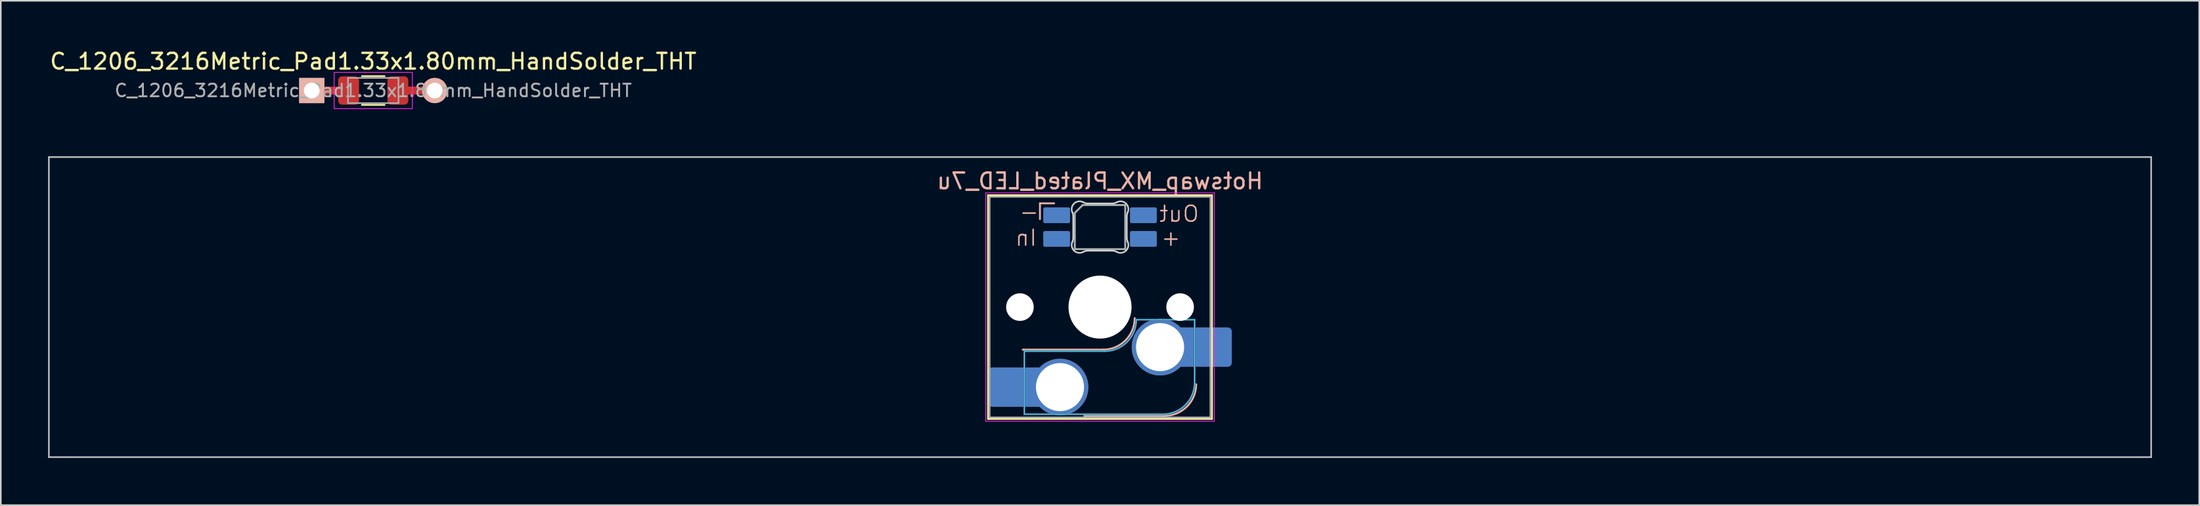
<source format=kicad_pcb>
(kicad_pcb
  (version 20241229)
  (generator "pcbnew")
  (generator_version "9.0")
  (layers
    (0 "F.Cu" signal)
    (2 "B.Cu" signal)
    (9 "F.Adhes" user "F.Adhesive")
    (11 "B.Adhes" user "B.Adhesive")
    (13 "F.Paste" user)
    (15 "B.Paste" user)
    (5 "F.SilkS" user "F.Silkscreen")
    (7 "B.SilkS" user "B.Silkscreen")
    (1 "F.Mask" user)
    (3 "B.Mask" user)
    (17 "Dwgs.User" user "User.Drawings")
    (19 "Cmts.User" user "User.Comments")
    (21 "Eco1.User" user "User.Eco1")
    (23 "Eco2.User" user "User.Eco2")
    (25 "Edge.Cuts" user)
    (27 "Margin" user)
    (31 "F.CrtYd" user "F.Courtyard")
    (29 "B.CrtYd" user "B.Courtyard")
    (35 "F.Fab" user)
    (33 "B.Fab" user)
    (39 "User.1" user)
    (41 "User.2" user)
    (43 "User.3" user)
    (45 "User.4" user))
  (footprint "C_1206_3216Metric_Pad1.33x1.80mm_HandSolder_THT"
    (layer "F.Cu")
    (at 20.625 2.698)
    (property "Reference" "C_1206_3216Metric_Pad1.33x1.80mm_HandSolder_THT" (at 0 -1.85 0) (layer "F.SilkS") (effects (font (size 1 1) (thickness 0.15))))
    (attr smd)
    (fp_line (start -0.711 -0.91) (end 0.711 -0.91) (stroke (width 0.12) (type solid)) (layer "F.SilkS"))
    (fp_line (start -0.711 0.91) (end 0.711 0.91) (stroke (width 0.12) (type solid)) (layer "F.SilkS"))
    (fp_line (start -2.48 -1.15) (end 2.48 -1.15) (stroke (width 0.05) (type solid)) (layer "F.CrtYd"))
    (fp_line (start -2.48 1.15) (end -2.48 -1.15) (stroke (width 0.05) (type solid)) (layer "F.CrtYd"))
    (fp_line (start 2.48 -1.15) (end 2.48 1.15) (stroke (width 0.05) (type solid)) (layer "F.CrtYd"))
    (fp_line (start 2.48 1.15) (end -2.48 1.15) (stroke (width 0.05) (type solid)) (layer "F.CrtYd"))
    (fp_line (start -1.6 -0.8) (end 1.6 -0.8) (stroke (width 0.1) (type solid)) (layer "F.Fab"))
    (fp_line (start -1.6 0.8) (end -1.6 -0.8) (stroke (width 0.1) (type solid)) (layer "F.Fab"))
    (fp_line (start 1.6 -0.8) (end 1.6 0.8) (stroke (width 0.1) (type solid)) (layer "F.Fab"))
    (fp_line (start 1.6 0.8) (end -1.6 0.8) (stroke (width 0.1) (type solid)) (layer "F.Fab"))
    (fp_text user "${REFERENCE}" (at 0 0 0) (layer "F.Fab") (effects (font (size 0.8 0.8) (thickness 0.12))))
    (pad "1" thru_hole rect (at -3.9 0) (size 1.6 1.6) (drill 1) (layers "*.Cu" "*.Mask" "B.SilkS"))
    (pad "1" smd rect (at -2.5 0) (size 2.9 0.5) (layers "F.Cu"))
    (pad "1" smd roundrect (at -1.562 0) (size 1.325 1.8) (layers "F.Cu" "F.Mask" "F.Paste") (roundrect_rratio 0.189))
    (pad "2" smd roundrect (at 1.562 0) (size 1.325 1.8) (layers "F.Cu" "F.Mask" "F.Paste") (roundrect_rratio 0.189))
    (pad "2" smd rect (at 2.5 0) (size 2.9 0.5) (layers "F.Cu"))
    (pad "2" thru_hole circle (at 3.9 0) (size 1.6 1.6) (drill 1) (layers "*.Cu" "*.Mask" "B.SilkS")))
  (footprint "Hotswap_MX_Plated_LED_7u"
    (layer "F.Cu")
    (at 66.725 16.448)
    (property "Reference" "Hotswap_MX_Plated_LED_7u" (at 0 -8.001 0) (layer "B.SilkS") (effects (font (size 1 1) (thickness 0.15)) (justify mirror)))
    (fp_line (start -7.1 -7.1) (end -7.1 7.1) (stroke (width 0.12) (type solid)) (layer "F.SilkS"))
    (fp_line (start -7.1 7.1) (end 7.1 7.1) (stroke (width 0.12) (type solid)) (layer "F.SilkS"))
    (fp_line (start 7.1 -7.1) (end -7.1 -7.1) (stroke (width 0.12) (type solid)) (layer "F.SilkS"))
    (fp_line (start 7.1 7.1) (end 7.1 -7.1) (stroke (width 0.12) (type solid)) (layer "F.SilkS"))
    (fp_line (start -3.81 -6.588) (end -2.91 -6.588) (stroke (width 0.12) (type solid)) (layer "B.SilkS"))
    (fp_line (start -3.81 -5.588) (end -3.81 -6.588) (stroke (width 0.12) (type solid)) (layer "B.SilkS"))
    (fp_line (start 0.2 2.7) (end -4.9 2.7) (stroke (width 0.12) (type solid)) (layer "B.SilkS"))
    (fp_line (start 4.1 6.9) (end -1 6.9) (stroke (width 0.12) (type solid)) (layer "B.SilkS"))
    (fp_arc (start 2.2 0.7) (mid 1.614214 2.114214) (end 0.2 2.7) (stroke (width 0.12) (type solid)) (layer "B.SilkS"))
    (fp_arc (start 6.1 4.9) (mid 5.514214 6.314214) (end 4.1 6.9) (stroke (width 0.12) (type solid)) (layer "B.SilkS"))
    (fp_line (start -66.675 -9.525) (end -66.675 9.525) (stroke (width 0.1) (type solid)) (layer "Dwgs.User"))
    (fp_line (start -66.675 9.525) (end 66.675 9.525) (stroke (width 0.1) (type solid)) (layer "Dwgs.User"))
    (fp_line (start 66.675 -9.525) (end -66.675 -9.525) (stroke (width 0.1) (type solid)) (layer "Dwgs.User"))
    (fp_line (start 66.675 9.525) (end 66.675 -9.525) (stroke (width 0.1) (type solid)) (layer "Dwgs.User"))
    (fp_line (start -0.25 -0.25) (end 0 0) (stroke (width 0.12) (type solid)) (layer "Cmts.User"))
    (fp_line (start 0 0) (end -0.25 0.25) (stroke (width 0.12) (type solid)) (layer "Cmts.User"))
    (fp_line (start 0 0) (end 0.25 0.25) (stroke (width 0.12) (type solid)) (layer "Cmts.User"))
    (fp_line (start 0.25 -0.25) (end 0 0) (stroke (width 0.12) (type solid)) (layer "Cmts.User"))
    (fp_line (start -7.8 -6) (end -7 -6) (stroke (width 0.1) (type solid)) (layer "Eco1.User"))
    (fp_line (start -7.8 -2.9) (end -7.8 -6) (stroke (width 0.1) (type solid)) (layer "Eco1.User"))
    (fp_line (start -7.8 2.9) (end -7 2.9) (stroke (width 0.1) (type solid)) (layer "Eco1.User"))
    (fp_line (start -7.8 6) (end -7.8 2.9) (stroke (width 0.1) (type solid)) (layer "Eco1.User"))
    (fp_line (start -7 -7) (end 7 -7) (stroke (width 0.1) (type solid)) (layer "Eco1.User"))
    (fp_line (start -7 -6) (end -7 -7) (stroke (width 0.1) (type solid)) (layer "Eco1.User"))
    (fp_line (start -7 -2.9) (end -7.8 -2.9) (stroke (width 0.1) (type solid)) (layer "Eco1.User"))
    (fp_line (start -7 2.9) (end -7 -2.9) (stroke (width 0.1) (type solid)) (layer "Eco1.User"))
    (fp_line (start -7 6) (end -7.8 6) (stroke (width 0.1) (type solid)) (layer "Eco1.User"))
    (fp_line (start -7 7) (end -7 6) (stroke (width 0.1) (type solid)) (layer "Eco1.User"))
    (fp_line (start 7 -7) (end 7 -6) (stroke (width 0.1) (type solid)) (layer "Eco1.User"))
    (fp_line (start 7 -6) (end 7.8 -6) (stroke (width 0.1) (type solid)) (layer "Eco1.User"))
    (fp_line (start 7 -2.9) (end 7 2.9) (stroke (width 0.1) (type solid)) (layer "Eco1.User"))
    (fp_line (start 7 2.9) (end 7.8 2.9) (stroke (width 0.1) (type solid)) (layer "Eco1.User"))
    (fp_line (start 7 6) (end 7 7) (stroke (width 0.1) (type solid)) (layer "Eco1.User"))
    (fp_line (start 7 7) (end -7 7) (stroke (width 0.1) (type solid)) (layer "Eco1.User"))
    (fp_line (start 7.8 -6) (end 7.8 -2.9) (stroke (width 0.1) (type solid)) (layer "Eco1.User"))
    (fp_line (start 7.8 -2.9) (end 7 -2.9) (stroke (width 0.1) (type solid)) (layer "Eco1.User"))
    (fp_line (start 7.8 2.9) (end 7.8 6) (stroke (width 0.1) (type solid)) (layer "Eco1.User"))
    (fp_line (start 7.8 6) (end 7 6) (stroke (width 0.1) (type solid)) (layer "Eco1.User"))
    (fp_line (start -1.7 -5.783) (end -1.7 -4.377) (stroke (width 0.1) (type solid)) (layer "Edge.Cuts"))
    (fp_line (start -0.794 -3.58) (end 0.794 -3.58) (stroke (width 0.1) (type solid)) (layer "Edge.Cuts"))
    (fp_line (start 0.794 -6.58) (end -0.794 -6.58) (stroke (width 0.1) (type solid)) (layer "Edge.Cuts"))
    (fp_line (start 1.7 -4.377) (end 1.7 -5.783) (stroke (width 0.1) (type solid)) (layer "Edge.Cuts"))
    (fp_arc (start -1.749484 -5.999721) (mid -1.712518 -5.894071) (end -1.699999 -5.782844) (stroke (width 0.1) (type solid)) (layer "Edge.Cuts"))
    (fp_arc (start -1.749484 -5.999721) (mid -1.638071 -6.584035) (end -1.046711 -6.648299) (stroke (width 0.1) (type solid)) (layer "Edge.Cuts"))
    (fp_arc (start -1.699999 -4.377159) (mid -1.712528 -4.265933) (end -1.749484 -4.160281) (stroke (width 0.1) (type solid)) (layer "Edge.Cuts"))
    (fp_arc (start -1.046711 -3.511702) (mid -1.638072 -3.575966) (end -1.749484 -4.160282) (stroke (width 0.1) (type solid)) (layer "Edge.Cuts"))
    (fp_arc (start -1.046711 -3.511702) (mid -0.925123 -3.562624) (end -0.794452 -3.580001) (stroke (width 0.1) (type solid)) (layer "Edge.Cuts"))
    (fp_arc (start -0.794453 -6.58) (mid -0.925123 -6.597377) (end -1.046711 -6.648299) (stroke (width 0.1) (type solid)) (layer "Edge.Cuts"))
    (fp_arc (start 0.794452 -3.580001) (mid 0.925122 -3.562624) (end 1.04671 -3.511702) (stroke (width 0.1) (type solid)) (layer "Edge.Cuts"))
    (fp_arc (start 1.046711 -6.6483) (mid 0.925123 -6.597378) (end 0.794453 -6.580001) (stroke (width 0.1) (type solid)) (layer "Edge.Cuts"))
    (fp_arc (start 1.046711 -6.6483) (mid 1.638072 -6.584036) (end 1.749484 -5.999721) (stroke (width 0.1) (type solid)) (layer "Edge.Cuts"))
    (fp_arc (start 1.699999 -5.782843) (mid 1.712528 -5.894069) (end 1.749484 -5.999721) (stroke (width 0.1) (type solid)) (layer "Edge.Cuts"))
    (fp_arc (start 1.749484 -4.160281) (mid 1.63807 -3.575967) (end 1.046711 -3.511704) (stroke (width 0.1) (type solid)) (layer "Edge.Cuts"))
    (fp_arc (start 1.749484 -4.160281) (mid 1.712519 -4.265931) (end 1.699999 -4.377158) (stroke (width 0.1) (type solid)) (layer "Edge.Cuts"))
    (fp_line (start -4.8 6.8) (end -4.8 2.8) (stroke (width 0.05) (type solid)) (layer "B.CrtYd"))
    (fp_line (start 0.3 2.8) (end -4.8 2.8) (stroke (width 0.05) (type solid)) (layer "B.CrtYd"))
    (fp_line (start 4 6.8) (end -4.8 6.8) (stroke (width 0.05) (type solid)) (layer "B.CrtYd"))
    (fp_line (start 6 0.8) (end 2.3 0.8) (stroke (width 0.05) (type solid)) (layer "B.CrtYd"))
    (fp_line (start 6 0.8) (end 6 4.8) (stroke (width 0.05) (type solid)) (layer "B.CrtYd"))
    (fp_arc (start 2.3 0.8) (mid 1.714214 2.214214) (end 0.3 2.8) (stroke (width 0.05) (type solid)) (layer "B.CrtYd"))
    (fp_arc (start 6 4.8) (mid 5.414214 6.214214) (end 4 6.8) (stroke (width 0.05) (type solid)) (layer "B.CrtYd"))
    (fp_line (start -7.25 -7.25) (end -7.25 7.25) (stroke (width 0.05) (type solid)) (layer "F.CrtYd"))
    (fp_line (start -7.25 7.25) (end 7.25 7.25) (stroke (width 0.05) (type solid)) (layer "F.CrtYd"))
    (fp_line (start 7.25 -7.25) (end -7.25 -7.25) (stroke (width 0.05) (type solid)) (layer "F.CrtYd"))
    (fp_line (start 7.25 7.25) (end 7.25 -7.25) (stroke (width 0.05) (type solid)) (layer "F.CrtYd"))
    (fp_line (start -4.8 6.8) (end -4.8 2.8) (stroke (width 0.12) (type solid)) (layer "B.Fab"))
    (fp_line (start 0.3 2.8) (end -4.8 2.8) (stroke (width 0.12) (type solid)) (layer "B.Fab"))
    (fp_line (start 4 6.8) (end -4.8 6.8) (stroke (width 0.12) (type solid)) (layer "B.Fab"))
    (fp_line (start 6 0.8) (end 2.3 0.8) (stroke (width 0.12) (type solid)) (layer "B.Fab"))
    (fp_line (start 6 0.8) (end 6 4.8) (stroke (width 0.12) (type solid)) (layer "B.Fab"))
    (fp_arc (start 2.3 0.8) (mid 1.714214 2.214214) (end 0.3 2.8) (stroke (width 0.12) (type solid)) (layer "B.Fab"))
    (fp_arc (start 6 4.8) (mid 5.414214 6.214214) (end 4 6.8) (stroke (width 0.12) (type solid)) (layer "B.Fab"))
    (fp_line (start -7 -7) (end -7 7) (stroke (width 0.1) (type solid)) (layer "F.Fab"))
    (fp_line (start -7 7) (end 7 7) (stroke (width 0.1) (type solid)) (layer "F.Fab"))
    (fp_line (start -1.6 -5.98) (end -1.6 -3.68) (stroke (width 0.12) (type solid)) (layer "F.Fab"))
    (fp_line (start -1.6 -5.98) (end -1.1 -6.48) (stroke (width 0.12) (type solid)) (layer "F.Fab"))
    (fp_line (start -1.6 -3.68) (end 1.6 -3.68) (stroke (width 0.12) (type solid)) (layer "F.Fab"))
    (fp_line (start 1.6 -6.48) (end -1.1 -6.48) (stroke (width 0.12) (type solid)) (layer "F.Fab"))
    (fp_line (start 1.6 -6.48) (end 1.6 -3.68) (stroke (width 0.12) (type solid)) (layer "F.Fab"))
    (fp_line (start 7 -7) (end -7 -7) (stroke (width 0.1) (type solid)) (layer "F.Fab"))
    (fp_line (start 7 7) (end 7 -7) (stroke (width 0.1) (type solid)) (layer "F.Fab"))
    (fp_text user "Out" (at 6.35 -5.334 0) (unlocked yes) (layer "B.SilkS") (effects (font (size 1 1) (thickness 0.1)) (justify left bottom mirror)))
    (fp_text user "+" (at 3.81 -4.826 180) (unlocked yes) (layer "B.SilkS") (effects (font (size 1 1) (thickness 0.1)) (justify left bottom mirror)))
    (fp_text user "In" (at -3.937 -3.81 0) (unlocked yes) (layer "B.SilkS") (effects (font (size 1 1) (thickness 0.1)) (justify left bottom mirror)))
    (fp_text user "-" (at -3.81 -6.477 180) (unlocked yes) (layer "B.SilkS") (effects (font (size 1 1) (thickness 0.1)) (justify left bottom)))
    (pad "" smd roundrect (at -5.842 5.08 180) (size 2.55 2.5) (layers "B.Mask" "B.Paste") (roundrect_rratio 0.1))
    (pad "" np_thru_hole circle (at -5.08 0 180) (size 1.75 1.75) (drill 1.75) (layers "*.Cu" "*.Mask"))
    (pad "" np_thru_hole circle (at 0 0 180) (size 4 4) (drill 4) (layers "*.Cu" "*.Mask"))
    (pad "" np_thru_hole circle (at 5.08 0 180) (size 1.75 1.75) (drill 1.75) (layers "*.Cu" "*.Mask"))
    (pad "" smd roundrect (at 7.085 2.54 180) (size 2.55 2.5) (layers "B.Mask" "B.Paste") (roundrect_rratio 0.1))
    (pad "1" thru_hole circle (at 3.81 2.54 180) (size 3.6 3.6) (drill 3.05) (layers "*.Cu" "*.Mask"))
    (pad "1" smd roundrect (at 6.585 2.54 180) (size 3.55 2.5) (layers "B.Cu") (roundrect_rratio 0.1))
    (pad "2" smd roundrect (at -5.32 5.08 180) (size 3.55 2.5) (layers "B.Cu") (roundrect_rratio 0.1))
    (pad "2" thru_hole circle (at -2.54 5.08 270) (size 3.6 3.6) (drill 3.05) (layers "*.Cu" "*.Mask"))
    (pad "3" smd roundrect (at 2.75 -4.33 270) (size 1 1.7) (layers "B.Cu" "B.Mask" "B.Paste") (roundrect_rratio 0.1))
    (pad "4" smd roundrect (at 2.75 -5.83 270) (size 1 1.7) (layers "B.Cu" "B.Mask" "B.Paste") (roundrect_rratio 0.1))
    (pad "5" smd roundrect (at -2.75 -4.33 90) (size 1 1.7) (layers "B.Cu" "B.Mask" "B.Paste") (roundrect_rratio 0.1))
    (pad "6" smd roundrect (at -2.75 -5.83 90) (size 1 1.7) (layers "B.Cu" "B.Mask" "B.Paste") (roundrect_rratio 0.1)))
  (gr_rect
    (start -3 -3)
    (end 136.45 29.023)
    (stroke (width 0.1) (type default))
    (fill no)
    (layer "Edge.Cuts")))
</source>
